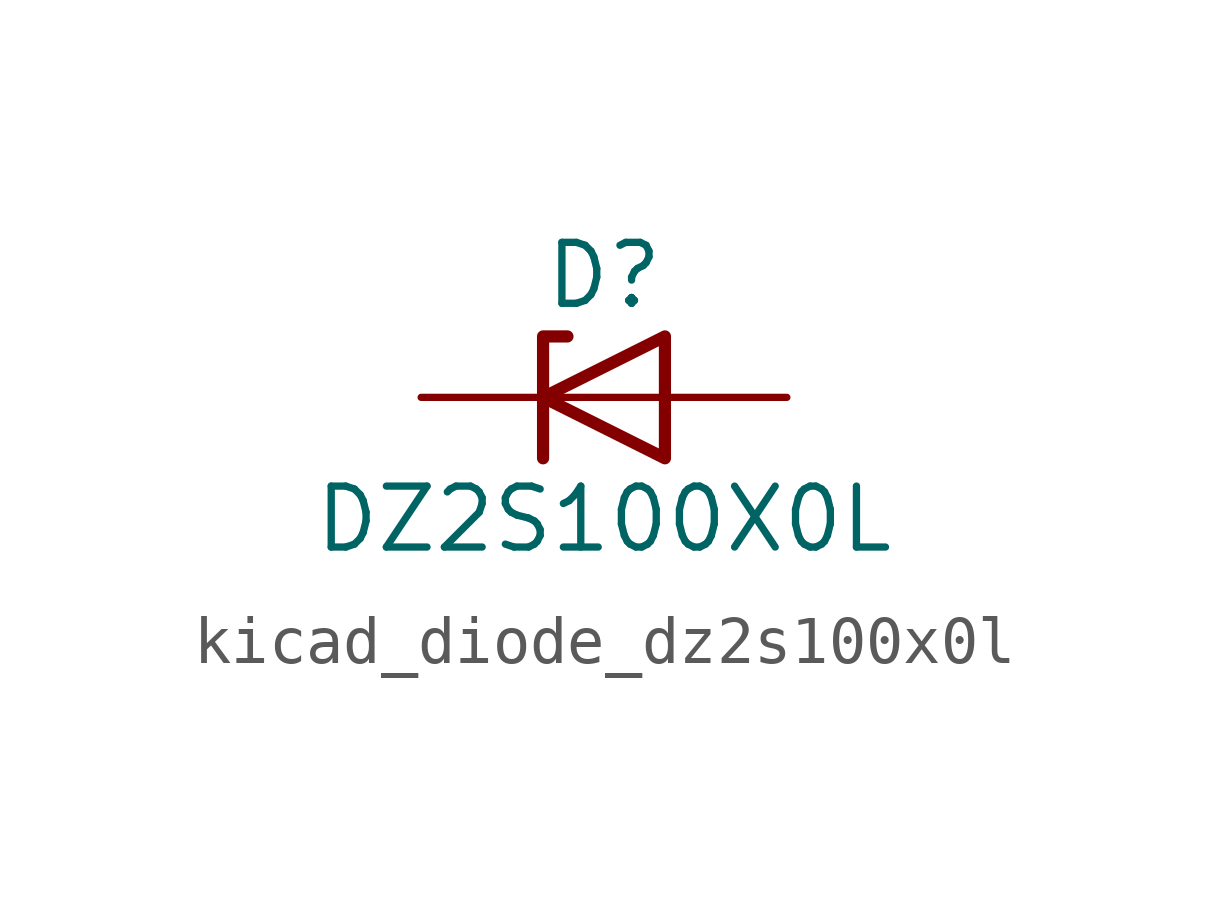
<source format=kicad_sym>
(kicad_symbol_lib
  (version 20220914)
  (generator kicad_symbol_editor)
  (symbol "kicad_diode_dz2s100x0l"
    (pin_numbers hide)
    (pin_names hide)
    (property "Reference" "D"
      (at 0 2.54 0)
      (effects (font (size 1.27 1.27))))
    (property "Value" "DZ2S100X0L"
      (at 0 -2.54 0)
      (effects (font (size 1.27 1.27))))
    (symbol "kicad_diode_dz2s100x0l_0_1"
      (polyline (pts (xy 1.27 0) (xy -1.27 0)) (stroke (width 0) (type default)) (fill (type none)))
      (polyline (pts (xy -1.27 -1.27) (xy -1.27 1.27) (xy -0.762 1.27)) (stroke (width 0.254) (type default)) (fill (type none)))
      (polyline (pts (xy 1.27 -1.27) (xy 1.27 1.27) (xy -1.27 0) (xy 1.27 -1.27)) (stroke (width 0.254) (type default)) (fill (type none))))
    (symbol "kicad_diode_dz2s100x0l_1_1"
      (pin passive line (at -3.81 0 0) (length 2.54) (name "K" (effects (font (size 1.27 1.27)))) (number "1" (effects (font (size 1.27 1.27)))))
      (pin passive line (at 3.81 0 180) (length 2.54) (name "A" (effects (font (size 1.27 1.27)))) (number "2" (effects (font (size 1.27 1.27))))))))
</source>
